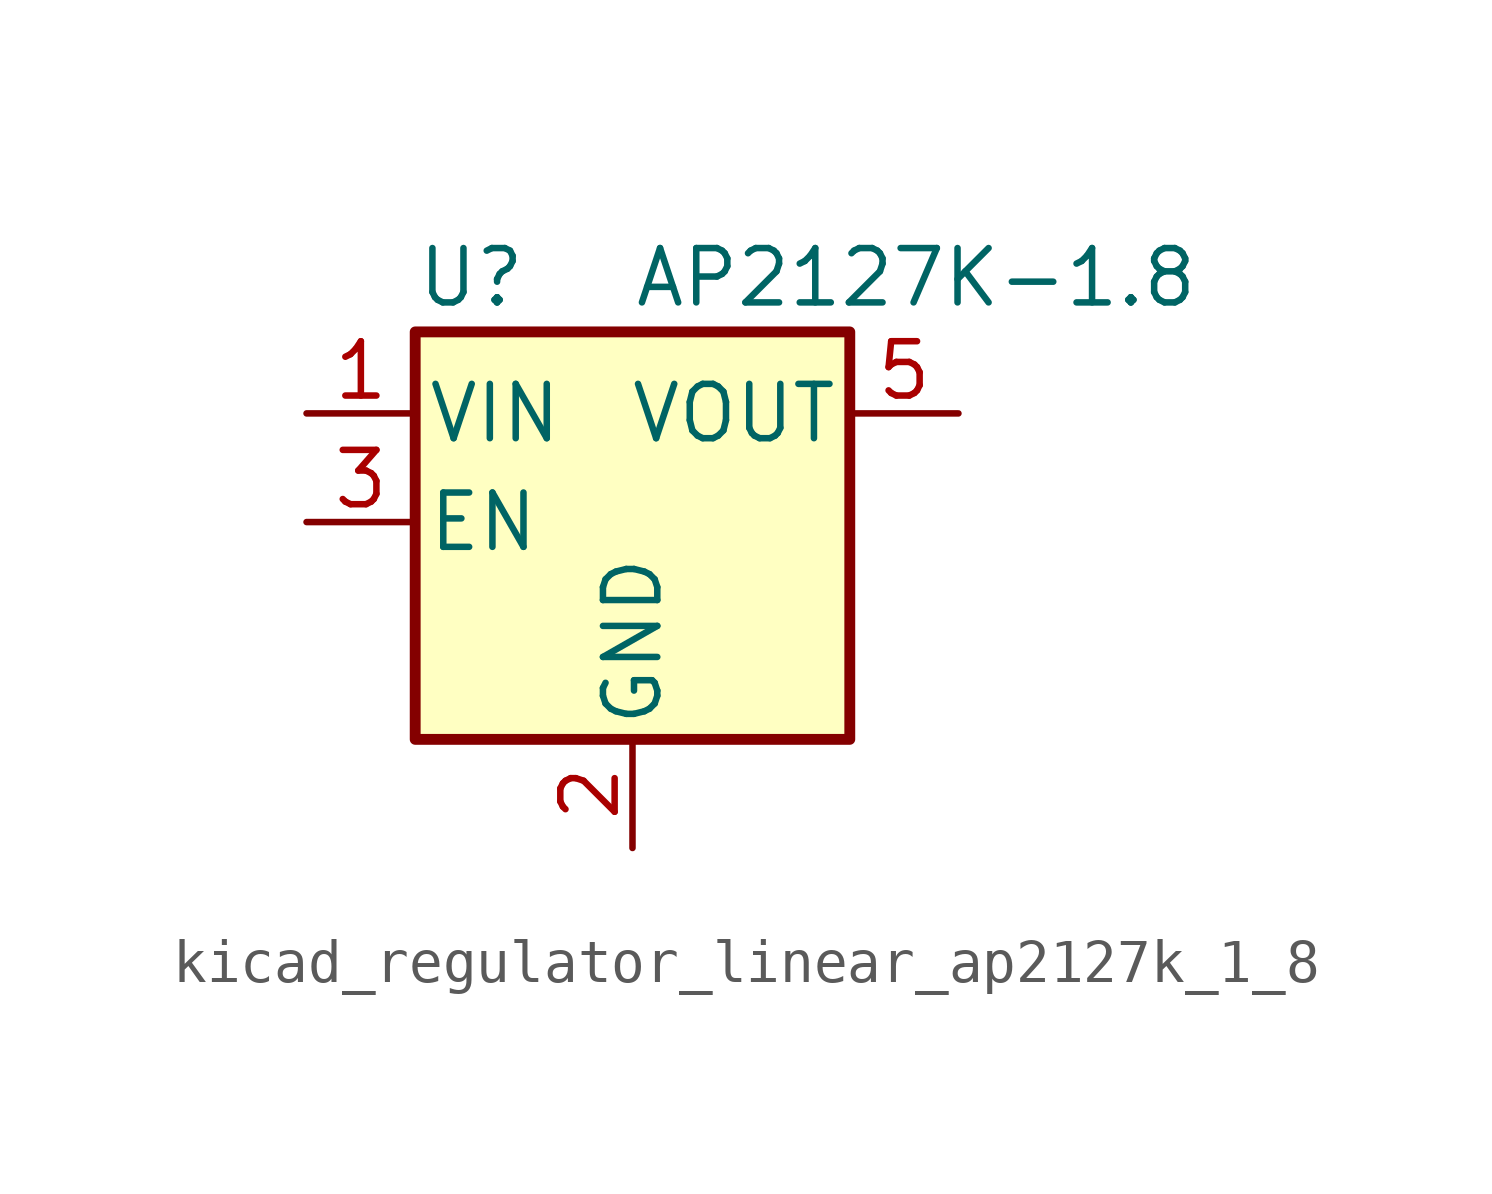
<source format=kicad_sym>
(kicad_symbol_lib
  (version 20220914)
  (generator kicad_symbol_editor)
  (symbol "kicad_regulator_linear_ap2127k_1_8"
    (pin_names
      (offset 0.254))
    (property "Reference" "U"
      (at -5.08 5.715 0)
      (effects (font (size 1.27 1.27)) (justify left)))
    (property "Value" "AP2127K-1.8"
      (at 0 5.715 0)
      (effects (font (size 1.27 1.27)) (justify left)))
    (symbol "kicad_regulator_linear_ap2127k_1_8_0_1"
      (rectangle (start -5.08 4.445) (end 5.08 -5.08) (stroke (width 0.254) (type default)) (fill (type background))))
    (symbol "kicad_regulator_linear_ap2127k_1_8_1_1"
      (pin power_in line (at -7.62 2.54 0) (length 2.54) (name "VIN" (effects (font (size 1.27 1.27)))) (number "1" (effects (font (size 1.27 1.27)))))
      (pin power_in line (at 0 -7.62 90) (length 2.54) (name "GND" (effects (font (size 1.27 1.27)))) (number "2" (effects (font (size 1.27 1.27)))))
      (pin input line (at -7.62 0 0) (length 2.54) (name "EN" (effects (font (size 1.27 1.27)))) (number "3" (effects (font (size 1.27 1.27)))))
      (pin no_connect line (at 5.08 0 180) (length 2.54) hide (name "NC" (effects (font (size 1.27 1.27)))) (number "4" (effects (font (size 1.27 1.27)))))
      (pin power_out line (at 7.62 2.54 180) (length 2.54) (name "VOUT" (effects (font (size 1.27 1.27)))) (number "5" (effects (font (size 1.27 1.27))))))))
</source>
